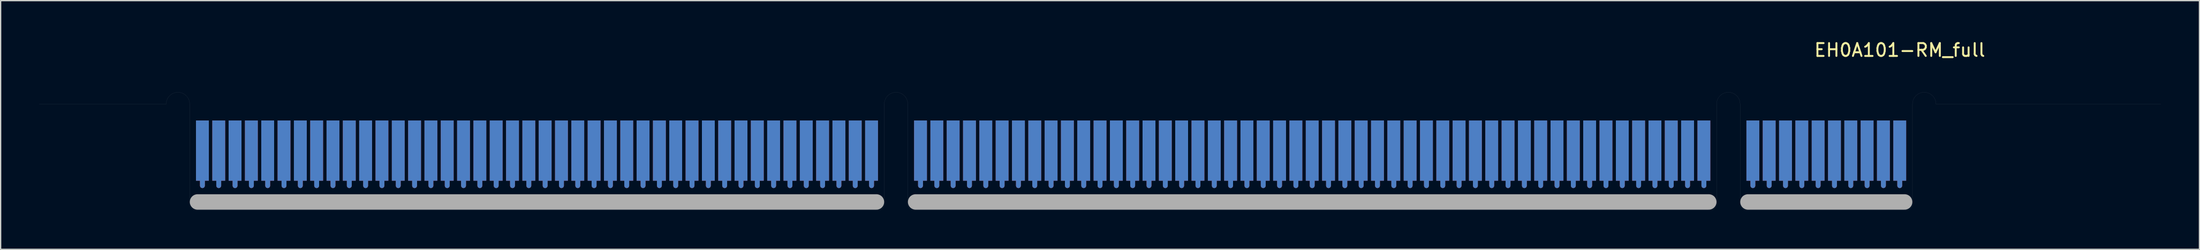
<source format=kicad_pcb>
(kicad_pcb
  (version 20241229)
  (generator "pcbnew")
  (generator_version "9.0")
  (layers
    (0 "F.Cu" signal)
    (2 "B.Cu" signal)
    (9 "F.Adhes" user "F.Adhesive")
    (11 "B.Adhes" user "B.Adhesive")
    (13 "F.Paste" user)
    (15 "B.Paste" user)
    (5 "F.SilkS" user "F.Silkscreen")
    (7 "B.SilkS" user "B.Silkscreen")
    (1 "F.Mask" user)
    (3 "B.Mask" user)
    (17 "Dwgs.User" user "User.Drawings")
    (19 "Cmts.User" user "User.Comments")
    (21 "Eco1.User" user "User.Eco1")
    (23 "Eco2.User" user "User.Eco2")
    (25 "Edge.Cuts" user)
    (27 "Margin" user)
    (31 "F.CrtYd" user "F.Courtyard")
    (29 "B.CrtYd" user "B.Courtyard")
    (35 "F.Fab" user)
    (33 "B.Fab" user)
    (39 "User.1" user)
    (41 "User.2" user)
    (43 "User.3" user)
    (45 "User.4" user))
  (footprint "EH0A101-RM_full"
    (layer "F.Cu")
    (at 144.781 5.048)
    (property "Reference" "EH0A101-RM_full" (at 0 -4.2 0) (layer "F.SilkS") (effects (font (size 1 1) (thickness 0.15))))
    (attr exclude_from_pos_files exclude_from_bom)
    (fp_poly (pts (xy 1.27 1.27) (xy 1.27 8.255) (xy -133.35 8.255) (xy -133.35 1.27)) (stroke (width 0.1) (type solid)) (fill yes) (layer "F.Mask"))
    (fp_poly (pts (xy 1.27 8.255) (xy 1.27 1.27) (xy -133.35 1.27) (xy -133.35 8.255)) (stroke (width 0.1) (type solid)) (fill yes) (layer "B.Mask"))
    (fp_line (start -134.899 0) (end -144.78 0) (stroke (width 0.003) (type solid)) (layer "Dwgs.User"))
    (fp_line (start -133.071 0) (end -133.071 7.772) (stroke (width 0.003) (type solid)) (layer "Dwgs.User"))
    (fp_line (start -79.502 8.255) (end -132.588 8.255) (stroke (width 0.003) (type solid)) (layer "Dwgs.User"))
    (fp_line (start -79.019 0) (end -79.019 7.772) (stroke (width 0.003) (type solid)) (layer "Dwgs.User"))
    (fp_line (start -77.191 0) (end -77.191 7.772) (stroke (width 0.003) (type solid)) (layer "Dwgs.User"))
    (fp_line (start -14.732 8.255) (end -76.708 8.255) (stroke (width 0.003) (type solid)) (layer "Dwgs.User"))
    (fp_line (start -14.249 0) (end -14.249 7.772) (stroke (width 0.003) (type solid)) (layer "Dwgs.User"))
    (fp_line (start -12.421 0) (end -12.421 7.772) (stroke (width 0.003) (type solid)) (layer "Dwgs.User"))
    (fp_line (start 0.508 8.255) (end -11.938 8.255) (stroke (width 0.003) (type solid)) (layer "Dwgs.User"))
    (fp_line (start 0.991 0) (end 0.991 7.772) (stroke (width 0.003) (type solid)) (layer "Dwgs.User"))
    (fp_line (start 20.32 0) (end 2.819 0) (stroke (width 0.003) (type solid)) (layer "Dwgs.User"))
    (fp_arc (start -134.8994 0) (mid -133.985 -0.9144) (end -133.0706 0) (stroke (width 0.00254) (type solid)) (layer "Dwgs.User"))
    (fp_arc (start -132.588 8.255) (mid -132.92925 8.11365) (end -133.0706 7.7724) (stroke (width 0.00254) (type solid)) (layer "Dwgs.User"))
    (fp_arc (start -79.0194 0) (mid -78.105 -0.9144) (end -77.1906 0) (stroke (width 0.00254) (type solid)) (layer "Dwgs.User"))
    (fp_arc (start -79.0194 7.7724) (mid -79.16075 8.11365) (end -79.502 8.255) (stroke (width 0.00254) (type solid)) (layer "Dwgs.User"))
    (fp_arc (start -76.708 8.255) (mid -77.04925 8.11365) (end -77.1906 7.7724) (stroke (width 0.00254) (type solid)) (layer "Dwgs.User"))
    (fp_arc (start -14.2494 0) (mid -13.335 -0.9144) (end -12.4206 0) (stroke (width 0.00254) (type solid)) (layer "Dwgs.User"))
    (fp_arc (start -14.2494 7.7724) (mid -14.39075 8.11365) (end -14.732 8.255) (stroke (width 0.00254) (type solid)) (layer "Dwgs.User"))
    (fp_arc (start -11.938 8.255) (mid -12.27925 8.11365) (end -12.4206 7.7724) (stroke (width 0.00254) (type solid)) (layer "Dwgs.User"))
    (fp_arc (start 0.9906 0) (mid 1.905 -0.9144) (end 2.8194 0) (stroke (width 0.00254) (type solid)) (layer "Dwgs.User"))
    (fp_arc (start 0.9906 7.7724) (mid 0.84925 8.11365) (end 0.508 8.255) (stroke (width 0.00254) (type solid)) (layer "Dwgs.User"))
    (fp_line (start -132.461 7.62) (end -79.629 7.62) (stroke (width 1.2) (type solid)) (layer "F.Fab"))
    (fp_line (start -76.581 7.62) (end -14.859 7.62) (stroke (width 1.2) (type solid)) (layer "F.Fab"))
    (fp_line (start -11.811 7.62) (end 0.381 7.62) (stroke (width 1.2) (type solid)) (layer "F.Fab"))
    (pad "A1" smd custom (at 0 1.778) (size 1 1) (layers "F.Cu" "F.Mask") (options (anchor rect)) (primitives (gr_line (start 0 0) (end 0 4.572) (width 0.381)) (gr_poly (pts (xy -0.5 -0.5) (xy 0.5 -0.5) (xy 0.5 4.191) (xy -0.5 4.191)) (width 0) (fill yes))))
    (pad "A2" smd custom (at -2.54 1.778) (size 1 1) (layers "F.Cu" "F.Mask") (options (anchor rect)) (primitives (gr_line (start 0 0) (end 0 4.572) (width 0.381)) (gr_poly (pts (xy -0.5 -0.5) (xy 0.5 -0.5) (xy 0.5 4.191) (xy -0.5 4.191)) (width 0) (fill yes))))
    (pad "A3" smd custom (at -5.08 1.778) (size 1 1) (layers "F.Cu" "F.Mask") (options (anchor rect)) (primitives (gr_line (start 0 0) (end 0 4.572) (width 0.381)) (gr_poly (pts (xy -0.5 -0.5) (xy 0.5 -0.5) (xy 0.5 4.191) (xy -0.5 4.191)) (width 0) (fill yes))))
    (pad "A4" smd custom (at -7.62 1.778) (size 1 1) (layers "F.Cu" "F.Mask") (options (anchor rect)) (primitives (gr_line (start 0 0) (end 0 4.572) (width 0.381)) (gr_poly (pts (xy -0.5 -0.5) (xy 0.5 -0.5) (xy 0.5 4.191) (xy -0.5 4.191)) (width 0) (fill yes))))
    (pad "A5" smd custom (at -10.16 1.778) (size 1 1) (layers "F.Cu" "F.Mask") (options (anchor rect)) (primitives (gr_line (start 0 0) (end 0 4.572) (width 0.381)) (gr_poly (pts (xy -0.5 -0.5) (xy 0.5 -0.5) (xy 0.5 4.191) (xy -0.5 4.191)) (width 0) (fill yes))))
    (pad "A6" smd custom (at -15.24 1.778) (size 1 1) (layers "F.Cu" "F.Mask") (options (anchor rect)) (primitives (gr_line (start 0 0) (end 0 4.572) (width 0.381)) (gr_poly (pts (xy -0.5 -0.5) (xy 0.5 -0.5) (xy 0.5 4.191) (xy -0.5 4.191)) (width 0) (fill yes))))
    (pad "A7" smd custom (at -17.78 1.778) (size 1 1) (layers "F.Cu" "F.Mask") (options (anchor rect)) (primitives (gr_line (start 0 0) (end 0 4.572) (width 0.381)) (gr_poly (pts (xy -0.5 -0.5) (xy 0.5 -0.5) (xy 0.5 4.191) (xy -0.5 4.191)) (width 0) (fill yes))))
    (pad "A8" smd custom (at -20.32 1.778) (size 1 1) (layers "F.Cu" "F.Mask") (options (anchor rect)) (primitives (gr_line (start 0 0) (end 0 4.572) (width 0.381)) (gr_poly (pts (xy -0.5 -0.5) (xy 0.5 -0.5) (xy 0.5 4.191) (xy -0.5 4.191)) (width 0) (fill yes))))
    (pad "A9" smd custom (at -22.86 1.778) (size 1 1) (layers "F.Cu" "F.Mask") (options (anchor rect)) (primitives (gr_line (start 0 0) (end 0 4.572) (width 0.381)) (gr_poly (pts (xy -0.5 -0.5) (xy 0.5 -0.5) (xy 0.5 4.191) (xy -0.5 4.191)) (width 0) (fill yes))))
    (pad "A10" smd custom (at -25.4 1.778) (size 1 1) (layers "F.Cu" "F.Mask") (options (anchor rect)) (primitives (gr_line (start 0 0) (end 0 4.572) (width 0.381)) (gr_poly (pts (xy -0.5 -0.5) (xy 0.5 -0.5) (xy 0.5 4.191) (xy -0.5 4.191)) (width 0) (fill yes))))
    (pad "A11" smd custom (at -27.94 1.778) (size 1 1) (layers "F.Cu" "F.Mask") (options (anchor rect)) (primitives (gr_line (start 0 0) (end 0 4.572) (width 0.381)) (gr_poly (pts (xy -0.5 -0.5) (xy 0.5 -0.5) (xy 0.5 4.191) (xy -0.5 4.191)) (width 0) (fill yes))))
    (pad "A12" smd custom (at -30.48 1.778) (size 1 1) (layers "F.Cu" "F.Mask") (options (anchor rect)) (primitives (gr_line (start 0 0) (end 0 4.572) (width 0.381)) (gr_poly (pts (xy -0.5 -0.5) (xy 0.5 -0.5) (xy 0.5 4.191) (xy -0.5 4.191)) (width 0) (fill yes))))
    (pad "A13" smd custom (at -33.02 1.778) (size 1 1) (layers "F.Cu" "F.Mask") (options (anchor rect)) (primitives (gr_line (start 0 0) (end 0 4.572) (width 0.381)) (gr_poly (pts (xy -0.5 -0.5) (xy 0.5 -0.5) (xy 0.5 4.191) (xy -0.5 4.191)) (width 0) (fill yes))))
    (pad "A14" smd custom (at -35.56 1.778) (size 1 1) (layers "F.Cu" "F.Mask") (options (anchor rect)) (primitives (gr_line (start 0 0) (end 0 4.572) (width 0.381)) (gr_poly (pts (xy -0.5 -0.5) (xy 0.5 -0.5) (xy 0.5 4.191) (xy -0.5 4.191)) (width 0) (fill yes))))
    (pad "A15" smd custom (at -38.1 1.778) (size 1 1) (layers "F.Cu" "F.Mask") (options (anchor rect)) (primitives (gr_line (start 0 0) (end 0 4.572) (width 0.381)) (gr_poly (pts (xy -0.5 -0.5) (xy 0.5 -0.5) (xy 0.5 4.191) (xy -0.5 4.191)) (width 0) (fill yes))))
    (pad "A16" smd custom (at -40.64 1.778) (size 1 1) (layers "F.Cu" "F.Mask") (options (anchor rect)) (primitives (gr_line (start 0 0) (end 0 4.572) (width 0.381)) (gr_poly (pts (xy -0.5 -0.5) (xy 0.5 -0.5) (xy 0.5 4.191) (xy -0.5 4.191)) (width 0) (fill yes))))
    (pad "A17" smd custom (at -43.18 1.778) (size 1 1) (layers "F.Cu" "F.Mask") (options (anchor rect)) (primitives (gr_line (start 0 0) (end 0 4.572) (width 0.381)) (gr_poly (pts (xy -0.5 -0.5) (xy 0.5 -0.5) (xy 0.5 4.191) (xy -0.5 4.191)) (width 0) (fill yes))))
    (pad "A18" smd custom (at -45.72 1.778) (size 1 1) (layers "F.Cu" "F.Mask") (options (anchor rect)) (primitives (gr_line (start 0 0) (end 0 4.572) (width 0.381)) (gr_poly (pts (xy -0.5 -0.5) (xy 0.5 -0.5) (xy 0.5 4.191) (xy -0.5 4.191)) (width 0) (fill yes))))
    (pad "A19" smd custom (at -48.26 1.778) (size 1 1) (layers "F.Cu" "F.Mask") (options (anchor rect)) (primitives (gr_line (start 0 0) (end 0 4.572) (width 0.381)) (gr_poly (pts (xy -0.5 -0.5) (xy 0.5 -0.5) (xy 0.5 4.191) (xy -0.5 4.191)) (width 0) (fill yes))))
    (pad "A20" smd custom (at -50.8 1.778) (size 1 1) (layers "F.Cu" "F.Mask") (options (anchor rect)) (primitives (gr_line (start 0 0) (end 0 4.572) (width 0.381)) (gr_poly (pts (xy -0.5 -0.5) (xy 0.5 -0.5) (xy 0.5 4.191) (xy -0.5 4.191)) (width 0) (fill yes))))
    (pad "A21" smd custom (at -53.34 1.778) (size 1 1) (layers "F.Cu" "F.Mask") (options (anchor rect)) (primitives (gr_line (start 0 0) (end 0 4.572) (width 0.381)) (gr_poly (pts (xy -0.5 -0.5) (xy 0.5 -0.5) (xy 0.5 4.191) (xy -0.5 4.191)) (width 0) (fill yes))))
    (pad "A22" smd custom (at -55.88 1.778) (size 1 1) (layers "F.Cu" "F.Mask") (options (anchor rect)) (primitives (gr_line (start 0 0) (end 0 4.572) (width 0.381)) (gr_poly (pts (xy -0.5 -0.5) (xy 0.5 -0.5) (xy 0.5 4.191) (xy -0.5 4.191)) (width 0) (fill yes))))
    (pad "A23" smd custom (at -58.42 1.778) (size 1 1) (layers "F.Cu" "F.Mask") (options (anchor rect)) (primitives (gr_line (start 0 0) (end 0 4.572) (width 0.381)) (gr_poly (pts (xy -0.5 -0.5) (xy 0.5 -0.5) (xy 0.5 4.191) (xy -0.5 4.191)) (width 0) (fill yes))))
    (pad "A24" smd custom (at -60.96 1.778) (size 1 1) (layers "F.Cu" "F.Mask") (options (anchor rect)) (primitives (gr_line (start 0 0) (end 0 4.572) (width 0.381)) (gr_poly (pts (xy -0.5 -0.5) (xy 0.5 -0.5) (xy 0.5 4.191) (xy -0.5 4.191)) (width 0) (fill yes))))
    (pad "A25" smd custom (at -63.5 1.778) (size 1 1) (layers "F.Cu" "F.Mask") (options (anchor rect)) (primitives (gr_line (start 0 0) (end 0 4.572) (width 0.381)) (gr_poly (pts (xy -0.5 -0.5) (xy 0.5 -0.5) (xy 0.5 4.191) (xy -0.5 4.191)) (width 0) (fill yes))))
    (pad "A26" smd custom (at -66.04 1.778) (size 1 1) (layers "F.Cu" "F.Mask") (options (anchor rect)) (primitives (gr_line (start 0 0) (end 0 4.572) (width 0.381)) (gr_poly (pts (xy -0.5 -0.5) (xy 0.5 -0.5) (xy 0.5 4.191) (xy -0.5 4.191)) (width 0) (fill yes))))
    (pad "A27" smd custom (at -68.58 1.778) (size 1 1) (layers "F.Cu" "F.Mask") (options (anchor rect)) (primitives (gr_line (start 0 0) (end 0 4.572) (width 0.381)) (gr_poly (pts (xy -0.5 -0.5) (xy 0.5 -0.5) (xy 0.5 4.191) (xy -0.5 4.191)) (width 0) (fill yes))))
    (pad "A28" smd custom (at -71.12 1.778) (size 1 1) (layers "F.Cu" "F.Mask") (options (anchor rect)) (primitives (gr_line (start 0 0) (end 0 4.572) (width 0.381)) (gr_poly (pts (xy -0.5 -0.5) (xy 0.5 -0.5) (xy 0.5 4.191) (xy -0.5 4.191)) (width 0) (fill yes))))
    (pad "A29" smd custom (at -73.66 1.778) (size 1 1) (layers "F.Cu" "F.Mask") (options (anchor rect)) (primitives (gr_line (start 0 0) (end 0 4.572) (width 0.381)) (gr_poly (pts (xy -0.5 -0.5) (xy 0.5 -0.5) (xy 0.5 4.191) (xy -0.5 4.191)) (width 0) (fill yes))))
    (pad "A30" smd custom (at -76.2 1.778) (size 1 1) (layers "F.Cu" "F.Mask") (options (anchor rect)) (primitives (gr_line (start 0 0) (end 0 4.572) (width 0.381)) (gr_poly (pts (xy -0.5 -0.5) (xy 0.5 -0.5) (xy 0.5 4.191) (xy -0.5 4.191)) (width 0) (fill yes))))
    (pad "A31" smd custom (at -81.28 1.778) (size 1 1) (layers "F.Cu" "F.Mask") (options (anchor rect)) (primitives (gr_line (start 0 0) (end 0 4.572) (width 0.381)) (gr_poly (pts (xy -0.5 -0.5) (xy 0.5 -0.5) (xy 0.5 4.191) (xy -0.5 4.191)) (width 0) (fill yes))))
    (pad "A32" smd custom (at -83.82 1.778) (size 1 1) (layers "F.Cu" "F.Mask") (options (anchor rect)) (primitives (gr_line (start 0 0) (end 0 4.572) (width 0.381)) (gr_poly (pts (xy -0.5 -0.5) (xy 0.5 -0.5) (xy 0.5 4.191) (xy -0.5 4.191)) (width 0) (fill yes))))
    (pad "A33" smd custom (at -86.36 1.778) (size 1 1) (layers "F.Cu" "F.Mask") (options (anchor rect)) (primitives (gr_line (start 0 0) (end 0 4.572) (width 0.381)) (gr_poly (pts (xy -0.5 -0.5) (xy 0.5 -0.5) (xy 0.5 4.191) (xy -0.5 4.191)) (width 0) (fill yes))))
    (pad "A34" smd custom (at -88.9 1.778) (size 1 1) (layers "F.Cu" "F.Mask") (options (anchor rect)) (primitives (gr_line (start 0 0) (end 0 4.572) (width 0.381)) (gr_poly (pts (xy -0.5 -0.5) (xy 0.5 -0.5) (xy 0.5 4.191) (xy -0.5 4.191)) (width 0) (fill yes))))
    (pad "A35" smd custom (at -91.44 1.778) (size 1 1) (layers "F.Cu" "F.Mask") (options (anchor rect)) (primitives (gr_line (start 0 0) (end 0 4.572) (width 0.381)) (gr_poly (pts (xy -0.5 -0.5) (xy 0.5 -0.5) (xy 0.5 4.191) (xy -0.5 4.191)) (width 0) (fill yes))))
    (pad "A36" smd custom (at -93.98 1.778) (size 1 1) (layers "F.Cu" "F.Mask") (options (anchor rect)) (primitives (gr_line (start 0 0) (end 0 4.572) (width 0.381)) (gr_poly (pts (xy -0.5 -0.5) (xy 0.5 -0.5) (xy 0.5 4.191) (xy -0.5 4.191)) (width 0) (fill yes))))
    (pad "A37" smd custom (at -96.52 1.778) (size 1 1) (layers "F.Cu" "F.Mask") (options (anchor rect)) (primitives (gr_line (start 0 0) (end 0 4.572) (width 0.381)) (gr_poly (pts (xy -0.5 -0.5) (xy 0.5 -0.5) (xy 0.5 4.191) (xy -0.5 4.191)) (width 0) (fill yes))))
    (pad "A38" smd custom (at -99.06 1.778) (size 1 1) (layers "F.Cu" "F.Mask") (options (anchor rect)) (primitives (gr_line (start 0 0) (end 0 4.572) (width 0.381)) (gr_poly (pts (xy -0.5 -0.5) (xy 0.5 -0.5) (xy 0.5 4.191) (xy -0.5 4.191)) (width 0) (fill yes))))
    (pad "A39" smd custom (at -101.6 1.778) (size 1 1) (layers "F.Cu" "F.Mask") (options (anchor rect)) (primitives (gr_line (start 0 0) (end 0 4.572) (width 0.381)) (gr_poly (pts (xy -0.5 -0.5) (xy 0.5 -0.5) (xy 0.5 4.191) (xy -0.5 4.191)) (width 0) (fill yes))))
    (pad "A40" smd custom (at -104.14 1.778) (size 1 1) (layers "F.Cu" "F.Mask") (options (anchor rect)) (primitives (gr_line (start 0 0) (end 0 4.572) (width 0.381)) (gr_poly (pts (xy -0.5 -0.5) (xy 0.5 -0.5) (xy 0.5 4.191) (xy -0.5 4.191)) (width 0) (fill yes))))
    (pad "A41" smd custom (at -106.68 1.778) (size 1 1) (layers "F.Cu" "F.Mask") (options (anchor rect)) (primitives (gr_line (start 0 0) (end 0 4.572) (width 0.381)) (gr_poly (pts (xy -0.5 -0.5) (xy 0.5 -0.5) (xy 0.5 4.191) (xy -0.5 4.191)) (width 0) (fill yes))))
    (pad "A42" smd custom (at -109.22 1.778) (size 1 1) (layers "F.Cu" "F.Mask") (options (anchor rect)) (primitives (gr_line (start 0 0) (end 0 4.572) (width 0.381)) (gr_poly (pts (xy -0.5 -0.5) (xy 0.5 -0.5) (xy 0.5 4.191) (xy -0.5 4.191)) (width 0) (fill yes))))
    (pad "A43" smd custom (at -111.76 1.778) (size 1 1) (layers "F.Cu" "F.Mask") (options (anchor rect)) (primitives (gr_line (start 0 0) (end 0 4.572) (width 0.381)) (gr_poly (pts (xy -0.5 -0.5) (xy 0.5 -0.5) (xy 0.5 4.191) (xy -0.5 4.191)) (width 0) (fill yes))))
    (pad "A44" smd custom (at -114.3 1.778) (size 1 1) (layers "F.Cu" "F.Mask") (options (anchor rect)) (primitives (gr_line (start 0 0) (end 0 4.572) (width 0.381)) (gr_poly (pts (xy -0.5 -0.5) (xy 0.5 -0.5) (xy 0.5 4.191) (xy -0.5 4.191)) (width 0) (fill yes))))
    (pad "A45" smd custom (at -116.84 1.778) (size 1 1) (layers "F.Cu" "F.Mask") (options (anchor rect)) (primitives (gr_line (start 0 0) (end 0 4.572) (width 0.381)) (gr_poly (pts (xy -0.5 -0.5) (xy 0.5 -0.5) (xy 0.5 4.191) (xy -0.5 4.191)) (width 0) (fill yes))))
    (pad "A46" smd custom (at -119.38 1.778) (size 1 1) (layers "F.Cu" "F.Mask") (options (anchor rect)) (primitives (gr_line (start 0 0) (end 0 4.572) (width 0.381)) (gr_poly (pts (xy -0.5 -0.5) (xy 0.5 -0.5) (xy 0.5 4.191) (xy -0.5 4.191)) (width 0) (fill yes))))
    (pad "A47" smd custom (at -121.92 1.778) (size 1 1) (layers "F.Cu" "F.Mask") (options (anchor rect)) (primitives (gr_line (start 0 0) (end 0 4.572) (width 0.381)) (gr_poly (pts (xy -0.5 -0.5) (xy 0.5 -0.5) (xy 0.5 4.191) (xy -0.5 4.191)) (width 0) (fill yes))))
    (pad "A48" smd custom (at -124.46 1.778) (size 1 1) (layers "F.Cu" "F.Mask") (options (anchor rect)) (primitives (gr_line (start 0 0) (end 0 4.572) (width 0.381)) (gr_poly (pts (xy -0.5 -0.5) (xy 0.5 -0.5) (xy 0.5 4.191) (xy -0.5 4.191)) (width 0) (fill yes))))
    (pad "A49" smd custom (at -127 1.778) (size 1 1) (layers "F.Cu" "F.Mask") (options (anchor rect)) (primitives (gr_line (start 0 0) (end 0 4.572) (width 0.381)) (gr_poly (pts (xy -0.5 -0.5) (xy 0.5 -0.5) (xy 0.5 4.191) (xy -0.5 4.191)) (width 0) (fill yes))))
    (pad "A50" smd custom (at -129.54 1.778) (size 1 1) (layers "F.Cu" "F.Mask") (options (anchor rect)) (primitives (gr_line (start 0 0) (end 0 4.572) (width 0.381)) (gr_poly (pts (xy -0.5 -0.5) (xy 0.5 -0.5) (xy 0.5 4.191) (xy -0.5 4.191)) (width 0) (fill yes))))
    (pad "A51" smd custom (at -132.08 1.778) (size 1 1) (layers "F.Cu" "F.Mask") (options (anchor rect)) (primitives (gr_line (start 0 0) (end 0 4.572) (width 0.381)) (gr_poly (pts (xy -0.5 -0.5) (xy 0.5 -0.5) (xy 0.5 4.191) (xy -0.5 4.191)) (width 0) (fill yes))))
    (pad "B1" smd custom (at -1.27 1.778) (size 1 1) (layers "B.Cu" "B.Mask") (options (anchor rect)) (primitives (gr_line (start 0 0) (end 0 4.572) (width 0.381)) (gr_poly (pts (xy -0.5 -0.5) (xy 0.5 -0.5) (xy 0.5 4.191) (xy -0.5 4.191)) (width 0) (fill yes))))
    (pad "B2" smd custom (at -3.81 1.778) (size 1 1) (layers "B.Cu" "B.Mask") (options (anchor rect)) (primitives (gr_line (start 0 0) (end 0 4.572) (width 0.381)) (gr_poly (pts (xy -0.5 -0.5) (xy 0.5 -0.5) (xy 0.5 4.191) (xy -0.5 4.191)) (width 0) (fill yes))))
    (pad "B3" smd custom (at -6.35 1.778) (size 1 1) (layers "B.Cu" "B.Mask") (options (anchor rect)) (primitives (gr_line (start 0 0) (end 0 4.572) (width 0.381)) (gr_poly (pts (xy -0.5 -0.5) (xy 0.5 -0.5) (xy 0.5 4.191) (xy -0.5 4.191)) (width 0) (fill yes))))
    (pad "B4" smd custom (at -8.89 1.778) (size 1 1) (layers "B.Cu" "B.Mask") (options (anchor rect)) (primitives (gr_line (start 0 0) (end 0 4.572) (width 0.381)) (gr_poly (pts (xy -0.5 -0.5) (xy 0.5 -0.5) (xy 0.5 4.191) (xy -0.5 4.191)) (width 0) (fill yes))))
    (pad "B5" smd custom (at -11.43 1.778) (size 1 1) (layers "B.Cu" "B.Mask") (options (anchor rect)) (primitives (gr_line (start 0 0) (end 0 4.572) (width 0.381)) (gr_poly (pts (xy -0.5 -0.5) (xy 0.5 -0.5) (xy 0.5 4.191) (xy -0.5 4.191)) (width 0) (fill yes))))
    (pad "B6" smd custom (at -16.51 1.778) (size 1 1) (layers "B.Cu" "B.Mask") (options (anchor rect)) (primitives (gr_line (start 0 0) (end 0 4.572) (width 0.381)) (gr_poly (pts (xy -0.5 -0.5) (xy 0.5 -0.5) (xy 0.5 4.191) (xy -0.5 4.191)) (width 0) (fill yes))))
    (pad "B7" smd custom (at -19.05 1.778) (size 1 1) (layers "B.Cu" "B.Mask") (options (anchor rect)) (primitives (gr_line (start 0 0) (end 0 4.572) (width 0.381)) (gr_poly (pts (xy -0.5 -0.5) (xy 0.5 -0.5) (xy 0.5 4.191) (xy -0.5 4.191)) (width 0) (fill yes))))
    (pad "B8" smd custom (at -21.59 1.778) (size 1 1) (layers "B.Cu" "B.Mask") (options (anchor rect)) (primitives (gr_line (start 0 0) (end 0 4.572) (width 0.381)) (gr_poly (pts (xy -0.5 -0.5) (xy 0.5 -0.5) (xy 0.5 4.191) (xy -0.5 4.191)) (width 0) (fill yes))))
    (pad "B9" smd custom (at -24.13 1.778) (size 1 1) (layers "B.Cu" "B.Mask") (options (anchor rect)) (primitives (gr_line (start 0 0) (end 0 4.572) (width 0.381)) (gr_poly (pts (xy -0.5 -0.5) (xy 0.5 -0.5) (xy 0.5 4.191) (xy -0.5 4.191)) (width 0) (fill yes))))
    (pad "B10" smd custom (at -26.67 1.778) (size 1 1) (layers "B.Cu" "B.Mask") (options (anchor rect)) (primitives (gr_line (start 0 0) (end 0 4.572) (width 0.381)) (gr_poly (pts (xy -0.5 -0.5) (xy 0.5 -0.5) (xy 0.5 4.191) (xy -0.5 4.191)) (width 0) (fill yes))))
    (pad "B11" smd custom (at -29.21 1.778) (size 1 1) (layers "B.Cu" "B.Mask") (options (anchor rect)) (primitives (gr_line (start 0 0) (end 0 4.572) (width 0.381)) (gr_poly (pts (xy -0.5 -0.5) (xy 0.5 -0.5) (xy 0.5 4.191) (xy -0.5 4.191)) (width 0) (fill yes))))
    (pad "B12" smd custom (at -31.75 1.778) (size 1 1) (layers "B.Cu" "B.Mask") (options (anchor rect)) (primitives (gr_line (start 0 0) (end 0 4.572) (width 0.381)) (gr_poly (pts (xy -0.5 -0.5) (xy 0.5 -0.5) (xy 0.5 4.191) (xy -0.5 4.191)) (width 0) (fill yes))))
    (pad "B13" smd custom (at -34.29 1.778) (size 1 1) (layers "B.Cu" "B.Mask") (options (anchor rect)) (primitives (gr_line (start 0 0) (end 0 4.572) (width 0.381)) (gr_poly (pts (xy -0.5 -0.5) (xy 0.5 -0.5) (xy 0.5 4.191) (xy -0.5 4.191)) (width 0) (fill yes))))
    (pad "B14" smd custom (at -36.83 1.778) (size 1 1) (layers "B.Cu" "B.Mask") (options (anchor rect)) (primitives (gr_line (start 0 0) (end 0 4.572) (width 0.381)) (gr_poly (pts (xy -0.5 -0.5) (xy 0.5 -0.5) (xy 0.5 4.191) (xy -0.5 4.191)) (width 0) (fill yes))))
    (pad "B15" smd custom (at -39.37 1.778) (size 1 1) (layers "B.Cu" "B.Mask") (options (anchor rect)) (primitives (gr_line (start 0 0) (end 0 4.572) (width 0.381)) (gr_poly (pts (xy -0.5 -0.5) (xy 0.5 -0.5) (xy 0.5 4.191) (xy -0.5 4.191)) (width 0) (fill yes))))
    (pad "B16" smd custom (at -41.91 1.778) (size 1 1) (layers "B.Cu" "B.Mask") (options (anchor rect)) (primitives (gr_line (start 0 0) (end 0 4.572) (width 0.381)) (gr_poly (pts (xy -0.5 -0.5) (xy 0.5 -0.5) (xy 0.5 4.191) (xy -0.5 4.191)) (width 0) (fill yes))))
    (pad "B17" smd custom (at -44.45 1.778) (size 1 1) (layers "B.Cu" "B.Mask") (options (anchor rect)) (primitives (gr_line (start 0 0) (end 0 4.572) (width 0.381)) (gr_poly (pts (xy -0.5 -0.5) (xy 0.5 -0.5) (xy 0.5 4.191) (xy -0.5 4.191)) (width 0) (fill yes))))
    (pad "B18" smd custom (at -46.99 1.778) (size 1 1) (layers "B.Cu" "B.Mask") (options (anchor rect)) (primitives (gr_line (start 0 0) (end 0 4.572) (width 0.381)) (gr_poly (pts (xy -0.5 -0.5) (xy 0.5 -0.5) (xy 0.5 4.191) (xy -0.5 4.191)) (width 0) (fill yes))))
    (pad "B19" smd custom (at -49.53 1.778) (size 1 1) (layers "B.Cu" "B.Mask") (options (anchor rect)) (primitives (gr_line (start 0 0) (end 0 4.572) (width 0.381)) (gr_poly (pts (xy -0.5 -0.5) (xy 0.5 -0.5) (xy 0.5 4.191) (xy -0.5 4.191)) (width 0) (fill yes))))
    (pad "B20" smd custom (at -52.07 1.778) (size 1 1) (layers "B.Cu" "B.Mask") (options (anchor rect)) (primitives (gr_line (start 0 0) (end 0 4.572) (width 0.381)) (gr_poly (pts (xy -0.5 -0.5) (xy 0.5 -0.5) (xy 0.5 4.191) (xy -0.5 4.191)) (width 0) (fill yes))))
    (pad "B21" smd custom (at -54.61 1.778) (size 1 1) (layers "B.Cu" "B.Mask") (options (anchor rect)) (primitives (gr_line (start 0 0) (end 0 4.572) (width 0.381)) (gr_poly (pts (xy -0.5 -0.5) (xy 0.5 -0.5) (xy 0.5 4.191) (xy -0.5 4.191)) (width 0) (fill yes))))
    (pad "B22" smd custom (at -57.15 1.778) (size 1 1) (layers "B.Cu" "B.Mask") (options (anchor rect)) (primitives (gr_line (start 0 0) (end 0 4.572) (width 0.381)) (gr_poly (pts (xy -0.5 -0.5) (xy 0.5 -0.5) (xy 0.5 4.191) (xy -0.5 4.191)) (width 0) (fill yes))))
    (pad "B23" smd custom (at -59.69 1.778) (size 1 1) (layers "B.Cu" "B.Mask") (options (anchor rect)) (primitives (gr_line (start 0 0) (end 0 4.572) (width 0.381)) (gr_poly (pts (xy -0.5 -0.5) (xy 0.5 -0.5) (xy 0.5 4.191) (xy -0.5 4.191)) (width 0) (fill yes))))
    (pad "B24" smd custom (at -62.23 1.778) (size 1 1) (layers "B.Cu" "B.Mask") (options (anchor rect)) (primitives (gr_line (start 0 0) (end 0 4.572) (width 0.381)) (gr_poly (pts (xy -0.5 -0.5) (xy 0.5 -0.5) (xy 0.5 4.191) (xy -0.5 4.191)) (width 0) (fill yes))))
    (pad "B25" smd custom (at -64.77 1.778) (size 1 1) (layers "B.Cu" "B.Mask") (options (anchor rect)) (primitives (gr_line (start 0 0) (end 0 4.572) (width 0.381)) (gr_poly (pts (xy -0.5 -0.5) (xy 0.5 -0.5) (xy 0.5 4.191) (xy -0.5 4.191)) (width 0) (fill yes))))
    (pad "B26" smd custom (at -67.31 1.778) (size 1 1) (layers "B.Cu" "B.Mask") (options (anchor rect)) (primitives (gr_line (start 0 0) (end 0 4.572) (width 0.381)) (gr_poly (pts (xy -0.5 -0.5) (xy 0.5 -0.5) (xy 0.5 4.191) (xy -0.5 4.191)) (width 0) (fill yes))))
    (pad "B27" smd custom (at -69.85 1.778) (size 1 1) (layers "B.Cu" "B.Mask") (options (anchor rect)) (primitives (gr_line (start 0 0) (end 0 4.572) (width 0.381)) (gr_poly (pts (xy -0.5 -0.5) (xy 0.5 -0.5) (xy 0.5 4.191) (xy -0.5 4.191)) (width 0) (fill yes))))
    (pad "B28" smd custom (at -72.39 1.778) (size 1 1) (layers "B.Cu" "B.Mask") (options (anchor rect)) (primitives (gr_line (start 0 0) (end 0 4.572) (width 0.381)) (gr_poly (pts (xy -0.5 -0.5) (xy 0.5 -0.5) (xy 0.5 4.191) (xy -0.5 4.191)) (width 0) (fill yes))))
    (pad "B29" smd custom (at -74.93 1.778) (size 1 1) (layers "B.Cu" "B.Mask") (options (anchor rect)) (primitives (gr_line (start 0 0) (end 0 4.572) (width 0.381)) (gr_poly (pts (xy -0.5 -0.5) (xy 0.5 -0.5) (xy 0.5 4.191) (xy -0.5 4.191)) (width 0) (fill yes))))
    (pad "B30" smd custom (at -80.01 1.778) (size 1 1) (layers "B.Cu" "B.Mask") (options (anchor rect)) (primitives (gr_line (start 0 0) (end 0 4.572) (width 0.381)) (gr_poly (pts (xy -0.5 -0.5) (xy 0.5 -0.5) (xy 0.5 4.191) (xy -0.5 4.191)) (width 0) (fill yes))))
    (pad "B31" smd custom (at -82.55 1.778) (size 1 1) (layers "B.Cu" "B.Mask") (options (anchor rect)) (primitives (gr_line (start 0 0) (end 0 4.572) (width 0.381)) (gr_poly (pts (xy -0.5 -0.5) (xy 0.5 -0.5) (xy 0.5 4.191) (xy -0.5 4.191)) (width 0) (fill yes))))
    (pad "B32" smd custom (at -85.09 1.778) (size 1 1) (layers "B.Cu" "B.Mask") (options (anchor rect)) (primitives (gr_line (start 0 0) (end 0 4.572) (width 0.381)) (gr_poly (pts (xy -0.5 -0.5) (xy 0.5 -0.5) (xy 0.5 4.191) (xy -0.5 4.191)) (width 0) (fill yes))))
    (pad "B33" smd custom (at -87.63 1.778) (size 1 1) (layers "B.Cu" "B.Mask") (options (anchor rect)) (primitives (gr_line (start 0 0) (end 0 4.572) (width 0.381)) (gr_poly (pts (xy -0.5 -0.5) (xy 0.5 -0.5) (xy 0.5 4.191) (xy -0.5 4.191)) (width 0) (fill yes))))
    (pad "B34" smd custom (at -90.17 1.778) (size 1 1) (layers "B.Cu" "B.Mask") (options (anchor rect)) (primitives (gr_line (start 0 0) (end 0 4.572) (width 0.381)) (gr_poly (pts (xy -0.5 -0.5) (xy 0.5 -0.5) (xy 0.5 4.191) (xy -0.5 4.191)) (width 0) (fill yes))))
    (pad "B35" smd custom (at -92.71 1.778) (size 1 1) (layers "B.Cu" "B.Mask") (options (anchor rect)) (primitives (gr_line (start 0 0) (end 0 4.572) (width 0.381)) (gr_poly (pts (xy -0.5 -0.5) (xy 0.5 -0.5) (xy 0.5 4.191) (xy -0.5 4.191)) (width 0) (fill yes))))
    (pad "B36" smd custom (at -95.25 1.778) (size 1 1) (layers "B.Cu" "B.Mask") (options (anchor rect)) (primitives (gr_line (start 0 0) (end 0 4.572) (width 0.381)) (gr_poly (pts (xy -0.5 -0.5) (xy 0.5 -0.5) (xy 0.5 4.191) (xy -0.5 4.191)) (width 0) (fill yes))))
    (pad "B37" smd custom (at -97.79 1.778) (size 1 1) (layers "B.Cu" "B.Mask") (options (anchor rect)) (primitives (gr_line (start 0 0) (end 0 4.572) (width 0.381)) (gr_poly (pts (xy -0.5 -0.5) (xy 0.5 -0.5) (xy 0.5 4.191) (xy -0.5 4.191)) (width 0) (fill yes))))
    (pad "B38" smd custom (at -100.33 1.778) (size 1 1) (layers "B.Cu" "B.Mask") (options (anchor rect)) (primitives (gr_line (start 0 0) (end 0 4.572) (width 0.381)) (gr_poly (pts (xy -0.5 -0.5) (xy 0.5 -0.5) (xy 0.5 4.191) (xy -0.5 4.191)) (width 0) (fill yes))))
    (pad "B39" smd custom (at -102.87 1.778) (size 1 1) (layers "B.Cu" "B.Mask") (options (anchor rect)) (primitives (gr_line (start 0 0) (end 0 4.572) (width 0.381)) (gr_poly (pts (xy -0.5 -0.5) (xy 0.5 -0.5) (xy 0.5 4.191) (xy -0.5 4.191)) (width 0) (fill yes))))
    (pad "B40" smd custom (at -105.41 1.778) (size 1 1) (layers "B.Cu" "B.Mask") (options (anchor rect)) (primitives (gr_line (start 0 0) (end 0 4.572) (width 0.381)) (gr_poly (pts (xy -0.5 -0.5) (xy 0.5 -0.5) (xy 0.5 4.191) (xy -0.5 4.191)) (width 0) (fill yes))))
    (pad "B41" smd custom (at -107.95 1.778) (size 1 1) (layers "B.Cu" "B.Mask") (options (anchor rect)) (primitives (gr_line (start 0 0) (end 0 4.572) (width 0.381)) (gr_poly (pts (xy -0.5 -0.5) (xy 0.5 -0.5) (xy 0.5 4.191) (xy -0.5 4.191)) (width 0) (fill yes))))
    (pad "B42" smd custom (at -110.49 1.778) (size 1 1) (layers "B.Cu" "B.Mask") (options (anchor rect)) (primitives (gr_line (start 0 0) (end 0 4.572) (width 0.381)) (gr_poly (pts (xy -0.5 -0.5) (xy 0.5 -0.5) (xy 0.5 4.191) (xy -0.5 4.191)) (width 0) (fill yes))))
    (pad "B43" smd custom (at -113.03 1.778) (size 1 1) (layers "B.Cu" "B.Mask") (options (anchor rect)) (primitives (gr_line (start 0 0) (end 0 4.572) (width 0.381)) (gr_poly (pts (xy -0.5 -0.5) (xy 0.5 -0.5) (xy 0.5 4.191) (xy -0.5 4.191)) (width 0) (fill yes))))
    (pad "B44" smd custom (at -115.57 1.778) (size 1 1) (layers "B.Cu" "B.Mask") (options (anchor rect)) (primitives (gr_line (start 0 0) (end 0 4.572) (width 0.381)) (gr_poly (pts (xy -0.5 -0.5) (xy 0.5 -0.5) (xy 0.5 4.191) (xy -0.5 4.191)) (width 0) (fill yes))))
    (pad "B45" smd custom (at -118.11 1.778) (size 1 1) (layers "B.Cu" "B.Mask") (options (anchor rect)) (primitives (gr_line (start 0 0) (end 0 4.572) (width 0.381)) (gr_poly (pts (xy -0.5 -0.5) (xy 0.5 -0.5) (xy 0.5 4.191) (xy -0.5 4.191)) (width 0) (fill yes))))
    (pad "B46" smd custom (at -120.65 1.778) (size 1 1) (layers "B.Cu" "B.Mask") (options (anchor rect)) (primitives (gr_line (start 0 0) (end 0 4.572) (width 0.381)) (gr_poly (pts (xy -0.5 -0.5) (xy 0.5 -0.5) (xy 0.5 4.191) (xy -0.5 4.191)) (width 0) (fill yes))))
    (pad "B47" smd custom (at -123.19 1.778) (size 1 1) (layers "B.Cu" "B.Mask") (options (anchor rect)) (primitives (gr_line (start 0 0) (end 0 4.572) (width 0.381)) (gr_poly (pts (xy -0.5 -0.5) (xy 0.5 -0.5) (xy 0.5 4.191) (xy -0.5 4.191)) (width 0) (fill yes))))
    (pad "B48" smd custom (at -125.73 1.778) (size 1 1) (layers "B.Cu" "B.Mask") (options (anchor rect)) (primitives (gr_line (start 0 0) (end 0 4.572) (width 0.381)) (gr_poly (pts (xy -0.5 -0.5) (xy 0.5 -0.5) (xy 0.5 4.191) (xy -0.5 4.191)) (width 0) (fill yes))))
    (pad "B49" smd custom (at -128.27 1.778) (size 1 1) (layers "B.Cu" "B.Mask") (options (anchor rect)) (primitives (gr_line (start 0 0) (end 0 4.572) (width 0.381)) (gr_poly (pts (xy -0.5 -0.5) (xy 0.5 -0.5) (xy 0.5 4.191) (xy -0.5 4.191)) (width 0) (fill yes))))
    (pad "B50" smd custom (at -130.81 1.778) (size 1 1) (layers "B.Cu" "B.Mask") (options (anchor rect)) (primitives (gr_line (start 0 0) (end 0 4.572) (width 0.381)) (gr_poly (pts (xy -0.5 -0.5) (xy 0.5 -0.5) (xy 0.5 4.191) (xy -0.5 4.191)) (width 0) (fill yes))))
    (pad "GA1" smd custom (at 0 1.778) (size 1 1) (layers "B.Cu" "B.Mask") (options (anchor rect)) (primitives (gr_line (start 0 0) (end 0 4.572) (width 0.381)) (gr_poly (pts (xy -0.5 -0.5) (xy 0.5 -0.5) (xy 0.5 4.191) (xy -0.5 4.191)) (width 0) (fill yes))))
    (pad "GA2" smd custom (at -2.54 1.778) (size 1 1) (layers "B.Cu" "B.Mask") (options (anchor rect)) (primitives (gr_line (start 0 0) (end 0 4.572) (width 0.381)) (gr_poly (pts (xy -0.5 -0.5) (xy 0.5 -0.5) (xy 0.5 4.191) (xy -0.5 4.191)) (width 0) (fill yes))))
    (pad "GA3" smd custom (at -5.08 1.778) (size 1 1) (layers "B.Cu" "B.Mask") (options (anchor rect)) (primitives (gr_line (start 0 0) (end 0 4.572) (width 0.381)) (gr_poly (pts (xy -0.5 -0.5) (xy 0.5 -0.5) (xy 0.5 4.191) (xy -0.5 4.191)) (width 0) (fill yes))))
    (pad "GA4" smd custom (at -7.62 1.778) (size 1 1) (layers "B.Cu" "B.Mask") (options (anchor rect)) (primitives (gr_line (start 0 0) (end 0 4.572) (width 0.381)) (gr_poly (pts (xy -0.5 -0.5) (xy 0.5 -0.5) (xy 0.5 4.191) (xy -0.5 4.191)) (width 0) (fill yes))))
    (pad "GA5" smd custom (at -10.16 1.778) (size 1 1) (layers "B.Cu" "B.Mask") (options (anchor rect)) (primitives (gr_line (start 0 0) (end 0 4.572) (width 0.381)) (gr_poly (pts (xy -0.5 -0.5) (xy 0.5 -0.5) (xy 0.5 4.191) (xy -0.5 4.191)) (width 0) (fill yes))))
    (pad "GA6" smd custom (at -15.24 1.778) (size 1 1) (layers "B.Cu" "B.Mask") (options (anchor rect)) (primitives (gr_line (start 0 0) (end 0 4.572) (width 0.381)) (gr_poly (pts (xy -0.5 -0.5) (xy 0.5 -0.5) (xy 0.5 4.191) (xy -0.5 4.191)) (width 0) (fill yes))))
    (pad "GA7" smd custom (at -17.78 1.778) (size 1 1) (layers "B.Cu" "B.Mask") (options (anchor rect)) (primitives (gr_line (start 0 0) (end 0 4.572) (width 0.381)) (gr_poly (pts (xy -0.5 -0.5) (xy 0.5 -0.5) (xy 0.5 4.191) (xy -0.5 4.191)) (width 0) (fill yes))))
    (pad "GA8" smd custom (at -20.32 1.778) (size 1 1) (layers "B.Cu" "B.Mask") (options (anchor rect)) (primitives (gr_line (start 0 0) (end 0 4.572) (width 0.381)) (gr_poly (pts (xy -0.5 -0.5) (xy 0.5 -0.5) (xy 0.5 4.191) (xy -0.5 4.191)) (width 0) (fill yes))))
    (pad "GA9" smd custom (at -22.86 1.778) (size 1 1) (layers "B.Cu" "B.Mask") (options (anchor rect)) (primitives (gr_line (start 0 0) (end 0 4.572) (width 0.381)) (gr_poly (pts (xy -0.5 -0.5) (xy 0.5 -0.5) (xy 0.5 4.191) (xy -0.5 4.191)) (width 0) (fill yes))))
    (pad "GA10" smd custom (at -25.4 1.778) (size 1 1) (layers "B.Cu" "B.Mask") (options (anchor rect)) (primitives (gr_line (start 0 0) (end 0 4.572) (width 0.381)) (gr_poly (pts (xy -0.5 -0.5) (xy 0.5 -0.5) (xy 0.5 4.191) (xy -0.5 4.191)) (width 0) (fill yes))))
    (pad "GA11" smd custom (at -27.94 1.778) (size 1 1) (layers "B.Cu" "B.Mask") (options (anchor rect)) (primitives (gr_line (start 0 0) (end 0 4.572) (width 0.381)) (gr_poly (pts (xy -0.5 -0.5) (xy 0.5 -0.5) (xy 0.5 4.191) (xy -0.5 4.191)) (width 0) (fill yes))))
    (pad "GA12" smd custom (at -30.48 1.778) (size 1 1) (layers "B.Cu" "B.Mask") (options (anchor rect)) (primitives (gr_line (start 0 0) (end 0 4.572) (width 0.381)) (gr_poly (pts (xy -0.5 -0.5) (xy 0.5 -0.5) (xy 0.5 4.191) (xy -0.5 4.191)) (width 0) (fill yes))))
    (pad "GA13" smd custom (at -33.02 1.778) (size 1 1) (layers "B.Cu" "B.Mask") (options (anchor rect)) (primitives (gr_line (start 0 0) (end 0 4.572) (width 0.381)) (gr_poly (pts (xy -0.5 -0.5) (xy 0.5 -0.5) (xy 0.5 4.191) (xy -0.5 4.191)) (width 0) (fill yes))))
    (pad "GA14" smd custom (at -35.56 1.778) (size 1 1) (layers "B.Cu" "B.Mask") (options (anchor rect)) (primitives (gr_line (start 0 0) (end 0 4.572) (width 0.381)) (gr_poly (pts (xy -0.5 -0.5) (xy 0.5 -0.5) (xy 0.5 4.191) (xy -0.5 4.191)) (width 0) (fill yes))))
    (pad "GA15" smd custom (at -38.1 1.778) (size 1 1) (layers "B.Cu" "B.Mask") (options (anchor rect)) (primitives (gr_line (start 0 0) (end 0 4.572) (width 0.381)) (gr_poly (pts (xy -0.5 -0.5) (xy 0.5 -0.5) (xy 0.5 4.191) (xy -0.5 4.191)) (width 0) (fill yes))))
    (pad "GA16" smd custom (at -40.64 1.778) (size 1 1) (layers "B.Cu" "B.Mask") (options (anchor rect)) (primitives (gr_line (start 0 0) (end 0 4.572) (width 0.381)) (gr_poly (pts (xy -0.5 -0.5) (xy 0.5 -0.5) (xy 0.5 4.191) (xy -0.5 4.191)) (width 0) (fill yes))))
    (pad "GA17" smd custom (at -43.18 1.778) (size 1 1) (layers "B.Cu" "B.Mask") (options (anchor rect)) (primitives (gr_line (start 0 0) (end 0 4.572) (width 0.381)) (gr_poly (pts (xy -0.5 -0.5) (xy 0.5 -0.5) (xy 0.5 4.191) (xy -0.5 4.191)) (width 0) (fill yes))))
    (pad "GA18" smd custom (at -45.72 1.778) (size 1 1) (layers "B.Cu" "B.Mask") (options (anchor rect)) (primitives (gr_line (start 0 0) (end 0 4.572) (width 0.381)) (gr_poly (pts (xy -0.5 -0.5) (xy 0.5 -0.5) (xy 0.5 4.191) (xy -0.5 4.191)) (width 0) (fill yes))))
    (pad "GA19" smd custom (at -48.26 1.778) (size 1 1) (layers "B.Cu" "B.Mask") (options (anchor rect)) (primitives (gr_line (start 0 0) (end 0 4.572) (width 0.381)) (gr_poly (pts (xy -0.5 -0.5) (xy 0.5 -0.5) (xy 0.5 4.191) (xy -0.5 4.191)) (width 0) (fill yes))))
    (pad "GA20" smd custom (at -50.8 1.778) (size 1 1) (layers "B.Cu" "B.Mask") (options (anchor rect)) (primitives (gr_line (start 0 0) (end 0 4.572) (width 0.381)) (gr_poly (pts (xy -0.5 -0.5) (xy 0.5 -0.5) (xy 0.5 4.191) (xy -0.5 4.191)) (width 0) (fill yes))))
    (pad "GA21" smd custom (at -53.34 1.778) (size 1 1) (layers "B.Cu" "B.Mask") (options (anchor rect)) (primitives (gr_line (start 0 0) (end 0 4.572) (width 0.381)) (gr_poly (pts (xy -0.5 -0.5) (xy 0.5 -0.5) (xy 0.5 4.191) (xy -0.5 4.191)) (width 0) (fill yes))))
    (pad "GA22" smd custom (at -55.88 1.778) (size 1 1) (layers "B.Cu" "B.Mask") (options (anchor rect)) (primitives (gr_line (start 0 0) (end 0 4.572) (width 0.381)) (gr_poly (pts (xy -0.5 -0.5) (xy 0.5 -0.5) (xy 0.5 4.191) (xy -0.5 4.191)) (width 0) (fill yes))))
    (pad "GA23" smd custom (at -58.42 1.778) (size 1 1) (layers "B.Cu" "B.Mask") (options (anchor rect)) (primitives (gr_line (start 0 0) (end 0 4.572) (width 0.381)) (gr_poly (pts (xy -0.5 -0.5) (xy 0.5 -0.5) (xy 0.5 4.191) (xy -0.5 4.191)) (width 0) (fill yes))))
    (pad "GA24" smd custom (at -60.96 1.778) (size 1 1) (layers "B.Cu" "B.Mask") (options (anchor rect)) (primitives (gr_line (start 0 0) (end 0 4.572) (width 0.381)) (gr_poly (pts (xy -0.5 -0.5) (xy 0.5 -0.5) (xy 0.5 4.191) (xy -0.5 4.191)) (width 0) (fill yes))))
    (pad "GA25" smd custom (at -63.5 1.778) (size 1 1) (layers "B.Cu" "B.Mask") (options (anchor rect)) (primitives (gr_line (start 0 0) (end 0 4.572) (width 0.381)) (gr_poly (pts (xy -0.5 -0.5) (xy 0.5 -0.5) (xy 0.5 4.191) (xy -0.5 4.191)) (width 0) (fill yes))))
    (pad "GA26" smd custom (at -66.04 1.778) (size 1 1) (layers "B.Cu" "B.Mask") (options (anchor rect)) (primitives (gr_line (start 0 0) (end 0 4.572) (width 0.381)) (gr_poly (pts (xy -0.5 -0.5) (xy 0.5 -0.5) (xy 0.5 4.191) (xy -0.5 4.191)) (width 0) (fill yes))))
    (pad "GA27" smd custom (at -68.58 1.778) (size 1 1) (layers "B.Cu" "B.Mask") (options (anchor rect)) (primitives (gr_line (start 0 0) (end 0 4.572) (width 0.381)) (gr_poly (pts (xy -0.5 -0.5) (xy 0.5 -0.5) (xy 0.5 4.191) (xy -0.5 4.191)) (width 0) (fill yes))))
    (pad "GA28" smd custom (at -71.12 1.778) (size 1 1) (layers "B.Cu" "B.Mask") (options (anchor rect)) (primitives (gr_line (start 0 0) (end 0 4.572) (width 0.381)) (gr_poly (pts (xy -0.5 -0.5) (xy 0.5 -0.5) (xy 0.5 4.191) (xy -0.5 4.191)) (width 0) (fill yes))))
    (pad "GA29" smd custom (at -73.66 1.778) (size 1 1) (layers "B.Cu" "B.Mask") (options (anchor rect)) (primitives (gr_line (start 0 0) (end 0 4.572) (width 0.381)) (gr_poly (pts (xy -0.5 -0.5) (xy 0.5 -0.5) (xy 0.5 4.191) (xy -0.5 4.191)) (width 0) (fill yes))))
    (pad "GA30" smd custom (at -76.2 1.778) (size 1 1) (layers "B.Cu" "B.Mask") (options (anchor rect)) (primitives (gr_line (start 0 0) (end 0 4.572) (width 0.381)) (gr_poly (pts (xy -0.5 -0.5) (xy 0.5 -0.5) (xy 0.5 4.191) (xy -0.5 4.191)) (width 0) (fill yes))))
    (pad "GA31" smd custom (at -81.28 1.778) (size 1 1) (layers "B.Cu" "B.Mask") (options (anchor rect)) (primitives (gr_line (start 0 0) (end 0 4.572) (width 0.381)) (gr_poly (pts (xy -0.5 -0.5) (xy 0.5 -0.5) (xy 0.5 4.191) (xy -0.5 4.191)) (width 0) (fill yes))))
    (pad "GA32" smd custom (at -83.82 1.778) (size 1 1) (layers "B.Cu" "B.Mask") (options (anchor rect)) (primitives (gr_line (start 0 0) (end 0 4.572) (width 0.381)) (gr_poly (pts (xy -0.5 -0.5) (xy 0.5 -0.5) (xy 0.5 4.191) (xy -0.5 4.191)) (width 0) (fill yes))))
    (pad "GA33" smd custom (at -86.36 1.778) (size 1 1) (layers "B.Cu" "B.Mask") (options (anchor rect)) (primitives (gr_line (start 0 0) (end 0 4.572) (width 0.381)) (gr_poly (pts (xy -0.5 -0.5) (xy 0.5 -0.5) (xy 0.5 4.191) (xy -0.5 4.191)) (width 0) (fill yes))))
    (pad "GA34" smd custom (at -88.9 1.778) (size 1 1) (layers "B.Cu" "B.Mask") (options (anchor rect)) (primitives (gr_line (start 0 0) (end 0 4.572) (width 0.381)) (gr_poly (pts (xy -0.5 -0.5) (xy 0.5 -0.5) (xy 0.5 4.191) (xy -0.5 4.191)) (width 0) (fill yes))))
    (pad "GA35" smd custom (at -91.44 1.778) (size 1 1) (layers "B.Cu" "B.Mask") (options (anchor rect)) (primitives (gr_line (start 0 0) (end 0 4.572) (width 0.381)) (gr_poly (pts (xy -0.5 -0.5) (xy 0.5 -0.5) (xy 0.5 4.191) (xy -0.5 4.191)) (width 0) (fill yes))))
    (pad "GA36" smd custom (at -93.98 1.778) (size 1 1) (layers "B.Cu" "B.Mask") (options (anchor rect)) (primitives (gr_line (start 0 0) (end 0 4.572) (width 0.381)) (gr_poly (pts (xy -0.5 -0.5) (xy 0.5 -0.5) (xy 0.5 4.191) (xy -0.5 4.191)) (width 0) (fill yes))))
    (pad "GA37" smd custom (at -96.52 1.778) (size 1 1) (layers "B.Cu" "B.Mask") (options (anchor rect)) (primitives (gr_line (start 0 0) (end 0 4.572) (width 0.381)) (gr_poly (pts (xy -0.5 -0.5) (xy 0.5 -0.5) (xy 0.5 4.191) (xy -0.5 4.191)) (width 0) (fill yes))))
    (pad "GA38" smd custom (at -99.06 1.778) (size 1 1) (layers "B.Cu" "B.Mask") (options (anchor rect)) (primitives (gr_line (start 0 0) (end 0 4.572) (width 0.381)) (gr_poly (pts (xy -0.5 -0.5) (xy 0.5 -0.5) (xy 0.5 4.191) (xy -0.5 4.191)) (width 0) (fill yes))))
    (pad "GA39" smd custom (at -101.6 1.778) (size 1 1) (layers "B.Cu" "B.Mask") (options (anchor rect)) (primitives (gr_line (start 0 0) (end 0 4.572) (width 0.381)) (gr_poly (pts (xy -0.5 -0.5) (xy 0.5 -0.5) (xy 0.5 4.191) (xy -0.5 4.191)) (width 0) (fill yes))))
    (pad "GA40" smd custom (at -104.14 1.778) (size 1 1) (layers "B.Cu" "B.Mask") (options (anchor rect)) (primitives (gr_line (start 0 0) (end 0 4.572) (width 0.381)) (gr_poly (pts (xy -0.5 -0.5) (xy 0.5 -0.5) (xy 0.5 4.191) (xy -0.5 4.191)) (width 0) (fill yes))))
    (pad "GA41" smd custom (at -106.68 1.778) (size 1 1) (layers "B.Cu" "B.Mask") (options (anchor rect)) (primitives (gr_line (start 0 0) (end 0 4.572) (width 0.381)) (gr_poly (pts (xy -0.5 -0.5) (xy 0.5 -0.5) (xy 0.5 4.191) (xy -0.5 4.191)) (width 0) (fill yes))))
    (pad "GA42" smd custom (at -109.22 1.778) (size 1 1) (layers "B.Cu" "B.Mask") (options (anchor rect)) (primitives (gr_line (start 0 0) (end 0 4.572) (width 0.381)) (gr_poly (pts (xy -0.5 -0.5) (xy 0.5 -0.5) (xy 0.5 4.191) (xy -0.5 4.191)) (width 0) (fill yes))))
    (pad "GA43" smd custom (at -111.76 1.778) (size 1 1) (layers "B.Cu" "B.Mask") (options (anchor rect)) (primitives (gr_line (start 0 0) (end 0 4.572) (width 0.381)) (gr_poly (pts (xy -0.5 -0.5) (xy 0.5 -0.5) (xy 0.5 4.191) (xy -0.5 4.191)) (width 0) (fill yes))))
    (pad "GA44" smd custom (at -114.3 1.778) (size 1 1) (layers "B.Cu" "B.Mask") (options (anchor rect)) (primitives (gr_line (start 0 0) (end 0 4.572) (width 0.381)) (gr_poly (pts (xy -0.5 -0.5) (xy 0.5 -0.5) (xy 0.5 4.191) (xy -0.5 4.191)) (width 0) (fill yes))))
    (pad "GA45" smd custom (at -116.84 1.778) (size 1 1) (layers "B.Cu" "B.Mask") (options (anchor rect)) (primitives (gr_line (start 0 0) (end 0 4.572) (width 0.381)) (gr_poly (pts (xy -0.5 -0.5) (xy 0.5 -0.5) (xy 0.5 4.191) (xy -0.5 4.191)) (width 0) (fill yes))))
    (pad "GA46" smd custom (at -119.38 1.778) (size 1 1) (layers "B.Cu" "B.Mask") (options (anchor rect)) (primitives (gr_line (start 0 0) (end 0 4.572) (width 0.381)) (gr_poly (pts (xy -0.5 -0.5) (xy 0.5 -0.5) (xy 0.5 4.191) (xy -0.5 4.191)) (width 0) (fill yes))))
    (pad "GA47" smd custom (at -121.92 1.778) (size 1 1) (layers "B.Cu" "B.Mask") (options (anchor rect)) (primitives (gr_line (start 0 0) (end 0 4.572) (width 0.381)) (gr_poly (pts (xy -0.5 -0.5) (xy 0.5 -0.5) (xy 0.5 4.191) (xy -0.5 4.191)) (width 0) (fill yes))))
    (pad "GA48" smd custom (at -124.46 1.778) (size 1 1) (layers "B.Cu" "B.Mask") (options (anchor rect)) (primitives (gr_line (start 0 0) (end 0 4.572) (width 0.381)) (gr_poly (pts (xy -0.5 -0.5) (xy 0.5 -0.5) (xy 0.5 4.191) (xy -0.5 4.191)) (width 0) (fill yes))))
    (pad "GA49" smd custom (at -127 1.778) (size 1 1) (layers "B.Cu" "B.Mask") (options (anchor rect)) (primitives (gr_line (start 0 0) (end 0 4.572) (width 0.381)) (gr_poly (pts (xy -0.5 -0.5) (xy 0.5 -0.5) (xy 0.5 4.191) (xy -0.5 4.191)) (width 0) (fill yes))))
    (pad "GA50" smd custom (at -129.54 1.778) (size 1 1) (layers "B.Cu" "B.Mask") (options (anchor rect)) (primitives (gr_line (start 0 0) (end 0 4.572) (width 0.381)) (gr_poly (pts (xy -0.5 -0.5) (xy 0.5 -0.5) (xy 0.5 4.191) (xy -0.5 4.191)) (width 0) (fill yes))))
    (pad "GA51" smd custom (at -132.08 1.778) (size 1 1) (layers "B.Cu" "B.Mask") (options (anchor rect)) (primitives (gr_line (start 0 0) (end 0 4.572) (width 0.381)) (gr_poly (pts (xy -0.5 -0.5) (xy 0.5 -0.5) (xy 0.5 4.191) (xy -0.5 4.191)) (width 0) (fill yes))))
    (pad "GB1" smd custom (at -1.27 1.778) (size 1 1) (layers "F.Cu" "F.Mask") (options (anchor rect)) (primitives (gr_line (start 0 0) (end 0 4.572) (width 0.381)) (gr_poly (pts (xy -0.5 -0.5) (xy 0.5 -0.5) (xy 0.5 4.191) (xy -0.5 4.191)) (width 0) (fill yes))))
    (pad "GB2" smd custom (at -3.81 1.778) (size 1 1) (layers "F.Cu" "F.Mask") (options (anchor rect)) (primitives (gr_line (start 0 0) (end 0 4.572) (width 0.381)) (gr_poly (pts (xy -0.5 -0.5) (xy 0.5 -0.5) (xy 0.5 4.191) (xy -0.5 4.191)) (width 0) (fill yes))))
    (pad "GB3" smd custom (at -6.35 1.778) (size 1 1) (layers "F.Cu" "F.Mask") (options (anchor rect)) (primitives (gr_line (start 0 0) (end 0 4.572) (width 0.381)) (gr_poly (pts (xy -0.5 -0.5) (xy 0.5 -0.5) (xy 0.5 4.191) (xy -0.5 4.191)) (width 0) (fill yes))))
    (pad "GB4" smd custom (at -8.89 1.778) (size 1 1) (layers "F.Cu" "F.Mask") (options (anchor rect)) (primitives (gr_line (start 0 0) (end 0 4.572) (width 0.381)) (gr_poly (pts (xy -0.5 -0.5) (xy 0.5 -0.5) (xy 0.5 4.191) (xy -0.5 4.191)) (width 0) (fill yes))))
    (pad "GB5" smd custom (at -11.43 1.778) (size 1 1) (layers "F.Cu" "F.Mask") (options (anchor rect)) (primitives (gr_line (start 0 0) (end 0 4.572) (width 0.381)) (gr_poly (pts (xy -0.5 -0.5) (xy 0.5 -0.5) (xy 0.5 4.191) (xy -0.5 4.191)) (width 0) (fill yes))))
    (pad "GB6" smd custom (at -16.51 1.778) (size 1 1) (layers "F.Cu" "F.Mask") (options (anchor rect)) (primitives (gr_line (start 0 0) (end 0 4.572) (width 0.381)) (gr_poly (pts (xy -0.5 -0.5) (xy 0.5 -0.5) (xy 0.5 4.191) (xy -0.5 4.191)) (width 0) (fill yes))))
    (pad "GB7" smd custom (at -19.05 1.778) (size 1 1) (layers "F.Cu" "F.Mask") (options (anchor rect)) (primitives (gr_line (start 0 0) (end 0 4.572) (width 0.381)) (gr_poly (pts (xy -0.5 -0.5) (xy 0.5 -0.5) (xy 0.5 4.191) (xy -0.5 4.191)) (width 0) (fill yes))))
    (pad "GB8" smd custom (at -21.59 1.778) (size 1 1) (layers "F.Cu" "F.Mask") (options (anchor rect)) (primitives (gr_line (start 0 0) (end 0 4.572) (width 0.381)) (gr_poly (pts (xy -0.5 -0.5) (xy 0.5 -0.5) (xy 0.5 4.191) (xy -0.5 4.191)) (width 0) (fill yes))))
    (pad "GB9" smd custom (at -24.13 1.778) (size 1 1) (layers "F.Cu" "F.Mask") (options (anchor rect)) (primitives (gr_line (start 0 0) (end 0 4.572) (width 0.381)) (gr_poly (pts (xy -0.5 -0.5) (xy 0.5 -0.5) (xy 0.5 4.191) (xy -0.5 4.191)) (width 0) (fill yes))))
    (pad "GB10" smd custom (at -26.67 1.778) (size 1 1) (layers "F.Cu" "F.Mask") (options (anchor rect)) (primitives (gr_line (start 0 0) (end 0 4.572) (width 0.381)) (gr_poly (pts (xy -0.5 -0.5) (xy 0.5 -0.5) (xy 0.5 4.191) (xy -0.5 4.191)) (width 0) (fill yes))))
    (pad "GB11" smd custom (at -29.21 1.778) (size 1 1) (layers "F.Cu" "F.Mask") (options (anchor rect)) (primitives (gr_line (start 0 0) (end 0 4.572) (width 0.381)) (gr_poly (pts (xy -0.5 -0.5) (xy 0.5 -0.5) (xy 0.5 4.191) (xy -0.5 4.191)) (width 0) (fill yes))))
    (pad "GB12" smd custom (at -31.75 1.778) (size 1 1) (layers "F.Cu" "F.Mask") (options (anchor rect)) (primitives (gr_line (start 0 0) (end 0 4.572) (width 0.381)) (gr_poly (pts (xy -0.5 -0.5) (xy 0.5 -0.5) (xy 0.5 4.191) (xy -0.5 4.191)) (width 0) (fill yes))))
    (pad "GB13" smd custom (at -34.29 1.778) (size 1 1) (layers "F.Cu" "F.Mask") (options (anchor rect)) (primitives (gr_line (start 0 0) (end 0 4.572) (width 0.381)) (gr_poly (pts (xy -0.5 -0.5) (xy 0.5 -0.5) (xy 0.5 4.191) (xy -0.5 4.191)) (width 0) (fill yes))))
    (pad "GB14" smd custom (at -36.83 1.778) (size 1 1) (layers "F.Cu" "F.Mask") (options (anchor rect)) (primitives (gr_line (start 0 0) (end 0 4.572) (width 0.381)) (gr_poly (pts (xy -0.5 -0.5) (xy 0.5 -0.5) (xy 0.5 4.191) (xy -0.5 4.191)) (width 0) (fill yes))))
    (pad "GB15" smd custom (at -39.37 1.778) (size 1 1) (layers "F.Cu" "F.Mask") (options (anchor rect)) (primitives (gr_line (start 0 0) (end 0 4.572) (width 0.381)) (gr_poly (pts (xy -0.5 -0.5) (xy 0.5 -0.5) (xy 0.5 4.191) (xy -0.5 4.191)) (width 0) (fill yes))))
    (pad "GB16" smd custom (at -41.91 1.778) (size 1 1) (layers "F.Cu" "F.Mask") (options (anchor rect)) (primitives (gr_line (start 0 0) (end 0 4.572) (width 0.381)) (gr_poly (pts (xy -0.5 -0.5) (xy 0.5 -0.5) (xy 0.5 4.191) (xy -0.5 4.191)) (width 0) (fill yes))))
    (pad "GB17" smd custom (at -44.45 1.778) (size 1 1) (layers "F.Cu" "F.Mask") (options (anchor rect)) (primitives (gr_line (start 0 0) (end 0 4.572) (width 0.381)) (gr_poly (pts (xy -0.5 -0.5) (xy 0.5 -0.5) (xy 0.5 4.191) (xy -0.5 4.191)) (width 0) (fill yes))))
    (pad "GB18" smd custom (at -46.99 1.778) (size 1 1) (layers "F.Cu" "F.Mask") (options (anchor rect)) (primitives (gr_line (start 0 0) (end 0 4.572) (width 0.381)) (gr_poly (pts (xy -0.5 -0.5) (xy 0.5 -0.5) (xy 0.5 4.191) (xy -0.5 4.191)) (width 0) (fill yes))))
    (pad "GB19" smd custom (at -49.53 1.778) (size 1 1) (layers "F.Cu" "F.Mask") (options (anchor rect)) (primitives (gr_line (start 0 0) (end 0 4.572) (width 0.381)) (gr_poly (pts (xy -0.5 -0.5) (xy 0.5 -0.5) (xy 0.5 4.191) (xy -0.5 4.191)) (width 0) (fill yes))))
    (pad "GB20" smd custom (at -52.07 1.778) (size 1 1) (layers "F.Cu" "F.Mask") (options (anchor rect)) (primitives (gr_line (start 0 0) (end 0 4.572) (width 0.381)) (gr_poly (pts (xy -0.5 -0.5) (xy 0.5 -0.5) (xy 0.5 4.191) (xy -0.5 4.191)) (width 0) (fill yes))))
    (pad "GB21" smd custom (at -54.61 1.778) (size 1 1) (layers "F.Cu" "F.Mask") (options (anchor rect)) (primitives (gr_line (start 0 0) (end 0 4.572) (width 0.381)) (gr_poly (pts (xy -0.5 -0.5) (xy 0.5 -0.5) (xy 0.5 4.191) (xy -0.5 4.191)) (width 0) (fill yes))))
    (pad "GB22" smd custom (at -57.15 1.778) (size 1 1) (layers "F.Cu" "F.Mask") (options (anchor rect)) (primitives (gr_line (start 0 0) (end 0 4.572) (width 0.381)) (gr_poly (pts (xy -0.5 -0.5) (xy 0.5 -0.5) (xy 0.5 4.191) (xy -0.5 4.191)) (width 0) (fill yes))))
    (pad "GB23" smd custom (at -59.69 1.778) (size 1 1) (layers "F.Cu" "F.Mask") (options (anchor rect)) (primitives (gr_line (start 0 0) (end 0 4.572) (width 0.381)) (gr_poly (pts (xy -0.5 -0.5) (xy 0.5 -0.5) (xy 0.5 4.191) (xy -0.5 4.191)) (width 0) (fill yes))))
    (pad "GB24" smd custom (at -62.23 1.778) (size 1 1) (layers "F.Cu" "F.Mask") (options (anchor rect)) (primitives (gr_line (start 0 0) (end 0 4.572) (width 0.381)) (gr_poly (pts (xy -0.5 -0.5) (xy 0.5 -0.5) (xy 0.5 4.191) (xy -0.5 4.191)) (width 0) (fill yes))))
    (pad "GB25" smd custom (at -64.77 1.778) (size 1 1) (layers "F.Cu" "F.Mask") (options (anchor rect)) (primitives (gr_line (start 0 0) (end 0 4.572) (width 0.381)) (gr_poly (pts (xy -0.5 -0.5) (xy 0.5 -0.5) (xy 0.5 4.191) (xy -0.5 4.191)) (width 0) (fill yes))))
    (pad "GB26" smd custom (at -67.31 1.778) (size 1 1) (layers "F.Cu" "F.Mask") (options (anchor rect)) (primitives (gr_line (start 0 0) (end 0 4.572) (width 0.381)) (gr_poly (pts (xy -0.5 -0.5) (xy 0.5 -0.5) (xy 0.5 4.191) (xy -0.5 4.191)) (width 0) (fill yes))))
    (pad "GB27" smd custom (at -69.85 1.778) (size 1 1) (layers "F.Cu" "F.Mask") (options (anchor rect)) (primitives (gr_line (start 0 0) (end 0 4.572) (width 0.381)) (gr_poly (pts (xy -0.5 -0.5) (xy 0.5 -0.5) (xy 0.5 4.191) (xy -0.5 4.191)) (width 0) (fill yes))))
    (pad "GB28" smd custom (at -72.39 1.778) (size 1 1) (layers "F.Cu" "F.Mask") (options (anchor rect)) (primitives (gr_line (start 0 0) (end 0 4.572) (width 0.381)) (gr_poly (pts (xy -0.5 -0.5) (xy 0.5 -0.5) (xy 0.5 4.191) (xy -0.5 4.191)) (width 0) (fill yes))))
    (pad "GB29" smd custom (at -74.93 1.778) (size 1 1) (layers "F.Cu" "F.Mask") (options (anchor rect)) (primitives (gr_line (start 0 0) (end 0 4.572) (width 0.381)) (gr_poly (pts (xy -0.5 -0.5) (xy 0.5 -0.5) (xy 0.5 4.191) (xy -0.5 4.191)) (width 0) (fill yes))))
    (pad "GB30" smd custom (at -80.01 1.778) (size 1 1) (layers "F.Cu" "F.Mask") (options (anchor rect)) (primitives (gr_line (start 0 0) (end 0 4.572) (width 0.381)) (gr_poly (pts (xy -0.5 -0.5) (xy 0.5 -0.5) (xy 0.5 4.191) (xy -0.5 4.191)) (width 0) (fill yes))))
    (pad "GB31" smd custom (at -82.55 1.778) (size 1 1) (layers "F.Cu" "F.Mask") (options (anchor rect)) (primitives (gr_line (start 0 0) (end 0 4.572) (width 0.381)) (gr_poly (pts (xy -0.5 -0.5) (xy 0.5 -0.5) (xy 0.5 4.191) (xy -0.5 4.191)) (width 0) (fill yes))))
    (pad "GB32" smd custom (at -85.09 1.778) (size 1 1) (layers "F.Cu" "F.Mask") (options (anchor rect)) (primitives (gr_line (start 0 0) (end 0 4.572) (width 0.381)) (gr_poly (pts (xy -0.5 -0.5) (xy 0.5 -0.5) (xy 0.5 4.191) (xy -0.5 4.191)) (width 0) (fill yes))))
    (pad "GB33" smd custom (at -87.63 1.778) (size 1 1) (layers "F.Cu" "F.Mask") (options (anchor rect)) (primitives (gr_line (start 0 0) (end 0 4.572) (width 0.381)) (gr_poly (pts (xy -0.5 -0.5) (xy 0.5 -0.5) (xy 0.5 4.191) (xy -0.5 4.191)) (width 0) (fill yes))))
    (pad "GB34" smd custom (at -90.17 1.778) (size 1 1) (layers "F.Cu" "F.Mask") (options (anchor rect)) (primitives (gr_line (start 0 0) (end 0 4.572) (width 0.381)) (gr_poly (pts (xy -0.5 -0.5) (xy 0.5 -0.5) (xy 0.5 4.191) (xy -0.5 4.191)) (width 0) (fill yes))))
    (pad "GB35" smd custom (at -92.71 1.778) (size 1 1) (layers "F.Cu" "F.Mask") (options (anchor rect)) (primitives (gr_line (start 0 0) (end 0 4.572) (width 0.381)) (gr_poly (pts (xy -0.5 -0.5) (xy 0.5 -0.5) (xy 0.5 4.191) (xy -0.5 4.191)) (width 0) (fill yes))))
    (pad "GB36" smd custom (at -95.25 1.778) (size 1 1) (layers "F.Cu" "F.Mask") (options (anchor rect)) (primitives (gr_line (start 0 0) (end 0 4.572) (width 0.381)) (gr_poly (pts (xy -0.5 -0.5) (xy 0.5 -0.5) (xy 0.5 4.191) (xy -0.5 4.191)) (width 0) (fill yes))))
    (pad "GB37" smd custom (at -97.79 1.778) (size 1 1) (layers "F.Cu" "F.Mask") (options (anchor rect)) (primitives (gr_line (start 0 0) (end 0 4.572) (width 0.381)) (gr_poly (pts (xy -0.5 -0.5) (xy 0.5 -0.5) (xy 0.5 4.191) (xy -0.5 4.191)) (width 0) (fill yes))))
    (pad "GB38" smd custom (at -100.33 1.778) (size 1 1) (layers "F.Cu" "F.Mask") (options (anchor rect)) (primitives (gr_line (start 0 0) (end 0 4.572) (width 0.381)) (gr_poly (pts (xy -0.5 -0.5) (xy 0.5 -0.5) (xy 0.5 4.191) (xy -0.5 4.191)) (width 0) (fill yes))))
    (pad "GB39" smd custom (at -102.87 1.778) (size 1 1) (layers "F.Cu" "F.Mask") (options (anchor rect)) (primitives (gr_line (start 0 0) (end 0 4.572) (width 0.381)) (gr_poly (pts (xy -0.5 -0.5) (xy 0.5 -0.5) (xy 0.5 4.191) (xy -0.5 4.191)) (width 0) (fill yes))))
    (pad "GB40" smd custom (at -105.41 1.778) (size 1 1) (layers "F.Cu" "F.Mask") (options (anchor rect)) (primitives (gr_line (start 0 0) (end 0 4.572) (width 0.381)) (gr_poly (pts (xy -0.5 -0.5) (xy 0.5 -0.5) (xy 0.5 4.191) (xy -0.5 4.191)) (width 0) (fill yes))))
    (pad "GB41" smd custom (at -107.95 1.778) (size 1 1) (layers "F.Cu" "F.Mask") (options (anchor rect)) (primitives (gr_line (start 0 0) (end 0 4.572) (width 0.381)) (gr_poly (pts (xy -0.5 -0.5) (xy 0.5 -0.5) (xy 0.5 4.191) (xy -0.5 4.191)) (width 0) (fill yes))))
    (pad "GB42" smd custom (at -110.49 1.778) (size 1 1) (layers "F.Cu" "F.Mask") (options (anchor rect)) (primitives (gr_line (start 0 0) (end 0 4.572) (width 0.381)) (gr_poly (pts (xy -0.5 -0.5) (xy 0.5 -0.5) (xy 0.5 4.191) (xy -0.5 4.191)) (width 0) (fill yes))))
    (pad "GB43" smd custom (at -113.03 1.778) (size 1 1) (layers "F.Cu" "F.Mask") (options (anchor rect)) (primitives (gr_line (start 0 0) (end 0 4.572) (width 0.381)) (gr_poly (pts (xy -0.5 -0.5) (xy 0.5 -0.5) (xy 0.5 4.191) (xy -0.5 4.191)) (width 0) (fill yes))))
    (pad "GB44" smd custom (at -115.57 1.778) (size 1 1) (layers "F.Cu" "F.Mask") (options (anchor rect)) (primitives (gr_line (start 0 0) (end 0 4.572) (width 0.381)) (gr_poly (pts (xy -0.5 -0.5) (xy 0.5 -0.5) (xy 0.5 4.191) (xy -0.5 4.191)) (width 0) (fill yes))))
    (pad "GB45" smd custom (at -118.11 1.778) (size 1 1) (layers "F.Cu" "F.Mask") (options (anchor rect)) (primitives (gr_line (start 0 0) (end 0 4.572) (width 0.381)) (gr_poly (pts (xy -0.5 -0.5) (xy 0.5 -0.5) (xy 0.5 4.191) (xy -0.5 4.191)) (width 0) (fill yes))))
    (pad "GB46" smd custom (at -120.65 1.778) (size 1 1) (layers "F.Cu" "F.Mask") (options (anchor rect)) (primitives (gr_line (start 0 0) (end 0 4.572) (width 0.381)) (gr_poly (pts (xy -0.5 -0.5) (xy 0.5 -0.5) (xy 0.5 4.191) (xy -0.5 4.191)) (width 0) (fill yes))))
    (pad "GB47" smd custom (at -123.19 1.778) (size 1 1) (layers "F.Cu" "F.Mask") (options (anchor rect)) (primitives (gr_line (start 0 0) (end 0 4.572) (width 0.381)) (gr_poly (pts (xy -0.5 -0.5) (xy 0.5 -0.5) (xy 0.5 4.191) (xy -0.5 4.191)) (width 0) (fill yes))))
    (pad "GB48" smd custom (at -125.73 1.778) (size 1 1) (layers "F.Cu" "F.Mask") (options (anchor rect)) (primitives (gr_line (start 0 0) (end 0 4.572) (width 0.381)) (gr_poly (pts (xy -0.5 -0.5) (xy 0.5 -0.5) (xy 0.5 4.191) (xy -0.5 4.191)) (width 0) (fill yes))))
    (pad "GB49" smd custom (at -128.27 1.778) (size 1 1) (layers "F.Cu" "F.Mask") (options (anchor rect)) (primitives (gr_line (start 0 0) (end 0 4.572) (width 0.381)) (gr_poly (pts (xy -0.5 -0.5) (xy 0.5 -0.5) (xy 0.5 4.191) (xy -0.5 4.191)) (width 0) (fill yes))))
    (pad "GB50" smd custom (at -130.81 1.778) (size 1 1) (layers "F.Cu" "F.Mask") (options (anchor rect)) (primitives (gr_line (start 0 0) (end 0 4.572) (width 0.381)) (gr_poly (pts (xy -0.5 -0.5) (xy 0.5 -0.5) (xy 0.5 4.191) (xy -0.5 4.191)) (width 0) (fill yes)))))
  (gr_rect
    (start -3 -3)
    (end 168.103 16.353)
    (stroke (width 0.1) (type default))
    (fill no)
    (layer "Edge.Cuts")))
</source>
